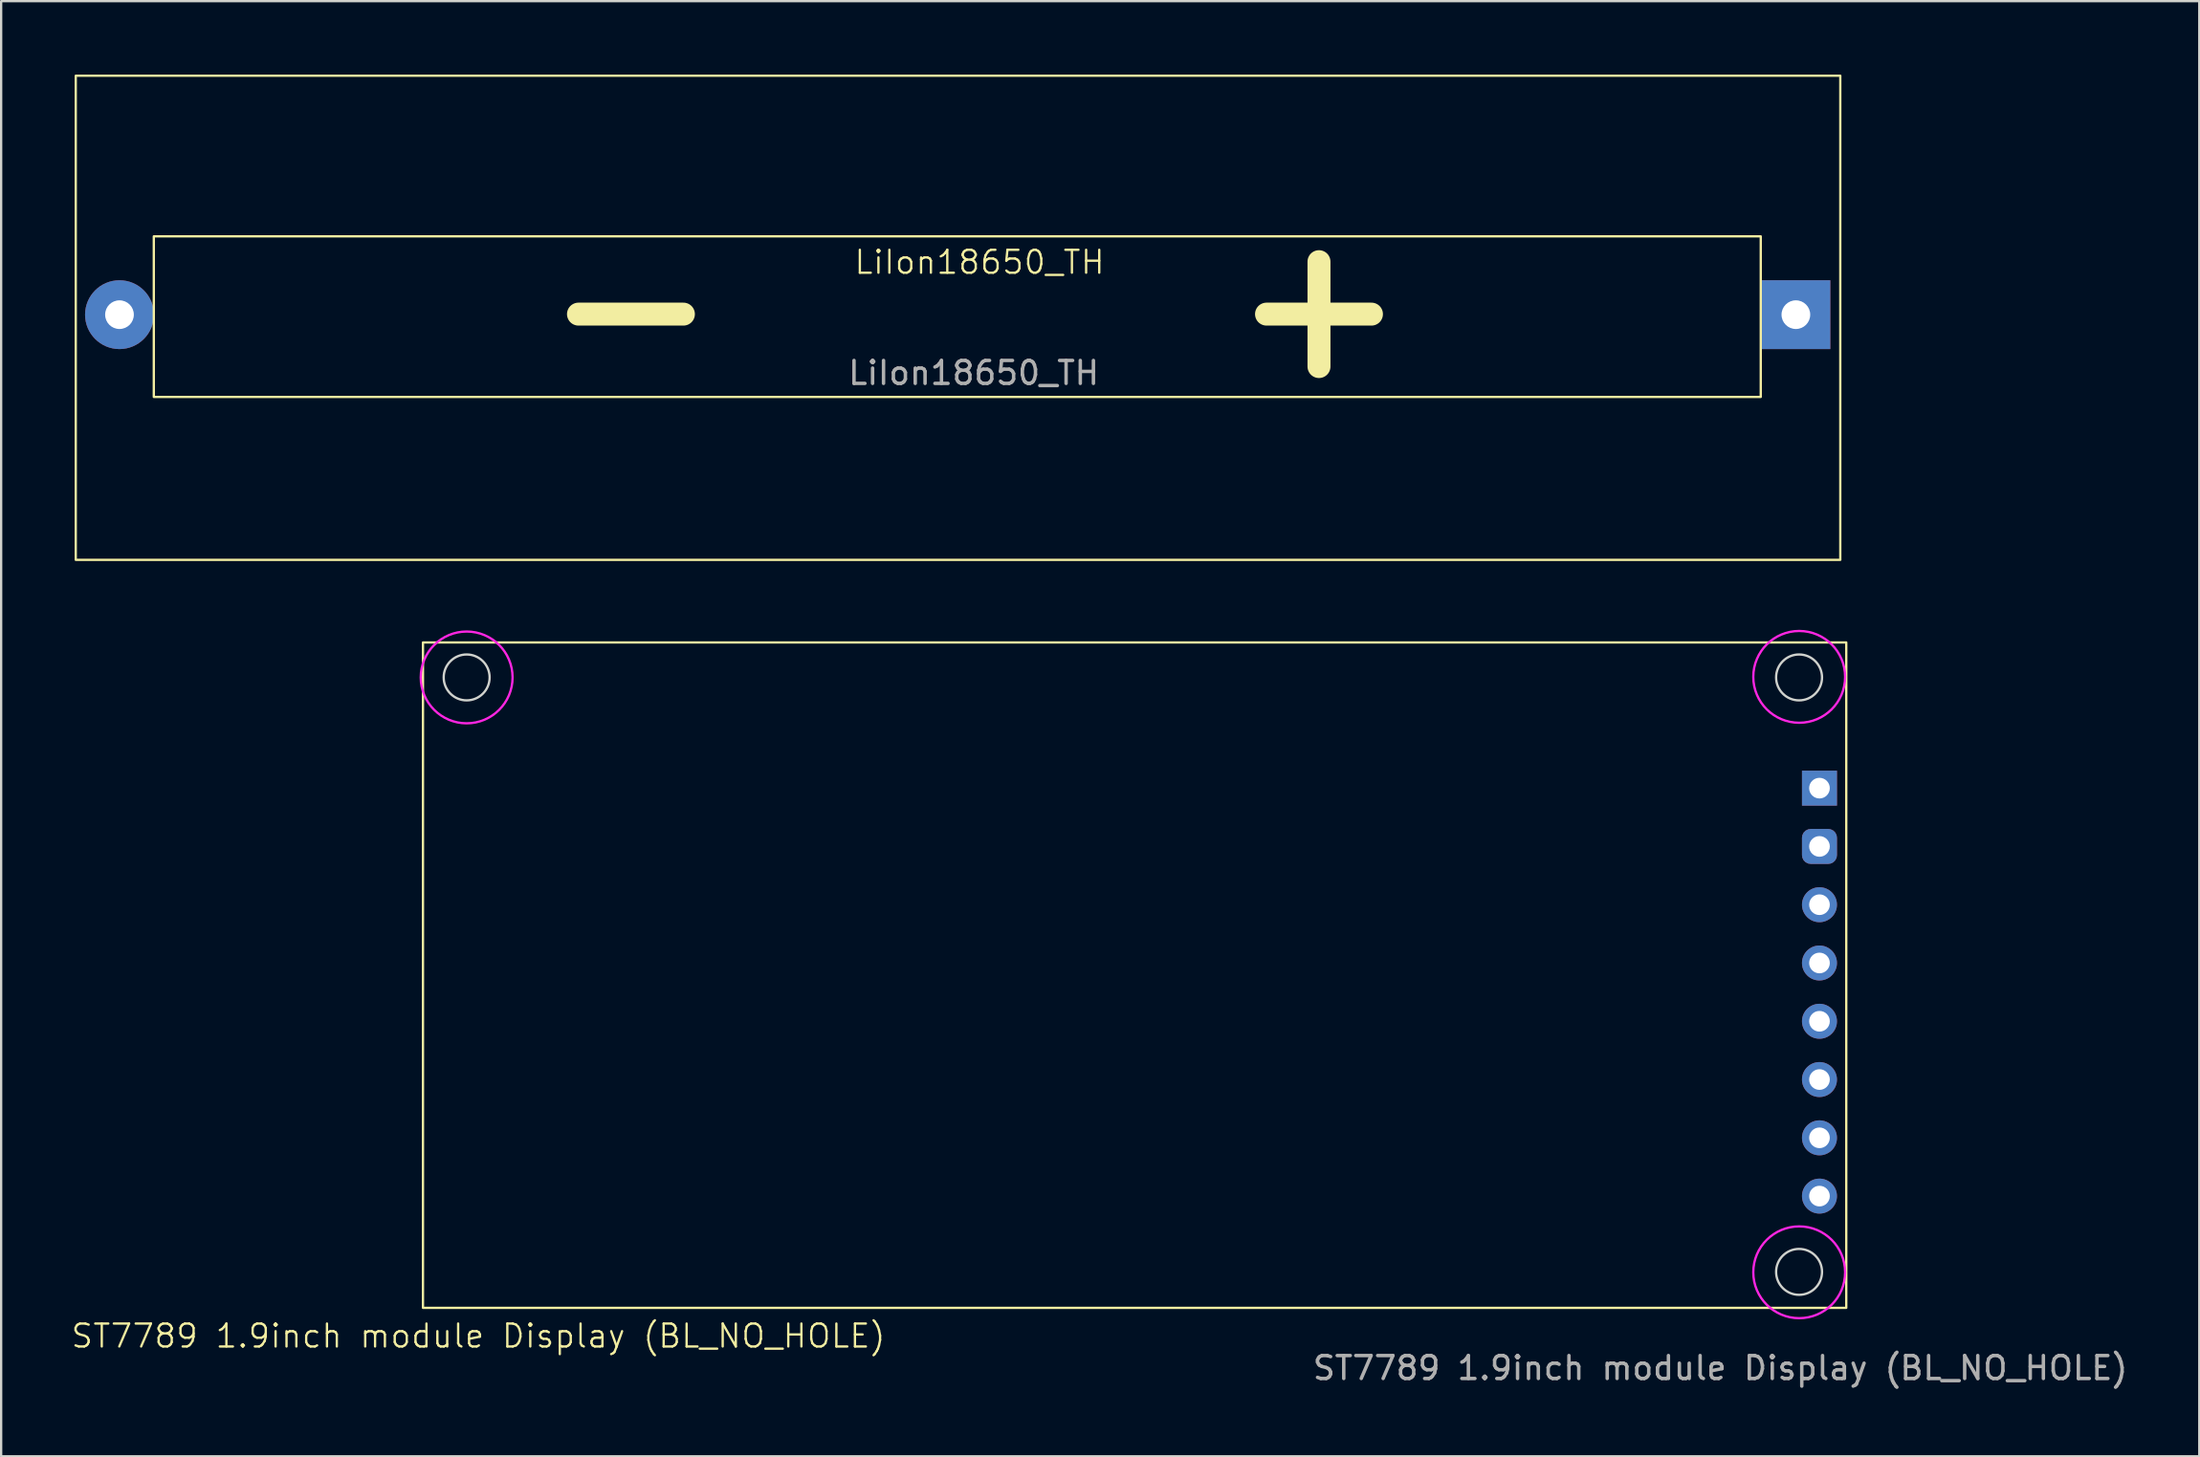
<source format=kicad_pcb>
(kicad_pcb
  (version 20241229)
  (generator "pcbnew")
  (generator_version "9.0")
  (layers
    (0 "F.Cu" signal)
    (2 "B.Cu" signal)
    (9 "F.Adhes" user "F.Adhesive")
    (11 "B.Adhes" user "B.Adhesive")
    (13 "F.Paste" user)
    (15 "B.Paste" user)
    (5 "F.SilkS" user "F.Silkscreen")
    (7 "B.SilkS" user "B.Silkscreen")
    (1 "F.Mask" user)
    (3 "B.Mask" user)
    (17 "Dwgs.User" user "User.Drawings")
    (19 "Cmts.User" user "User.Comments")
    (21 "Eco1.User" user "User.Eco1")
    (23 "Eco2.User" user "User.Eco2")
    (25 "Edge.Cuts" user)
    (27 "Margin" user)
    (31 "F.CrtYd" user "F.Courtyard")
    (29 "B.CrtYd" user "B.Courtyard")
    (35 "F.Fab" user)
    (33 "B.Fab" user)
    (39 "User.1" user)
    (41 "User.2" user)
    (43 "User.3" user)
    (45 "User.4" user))
  (footprint "LiIon18650_TH"
    (layer "F.Cu")
    (at 0.25 0.25)
    (property "Reference" "LiIon18650_TH" (at 39.37 8.128 0) (unlocked yes) (layer "F.SilkS") (effects (font (size 1 1) (thickness 0.1))))
    (attr smd)
    (fp_rect (start 0 0) (end 76.865 21.1) (stroke (width 0.1) (type default)) (fill no) (layer "F.SilkS"))
    (fp_rect (start 3.4 7) (end 73.4 14) (stroke (width 0.1) (type default)) (fill no) (layer "F.SilkS"))
    (fp_text user "-" (at 19.812 13.462 0) (unlocked yes) (layer "F.SilkS") (effects (font (size 6 6) (thickness 1) (bold yes)) (justify left bottom)))
    (fp_text user "+" (at 49.784 13.462 0) (unlocked yes) (layer "F.SilkS") (effects (font (size 6 6) (thickness 1) (bold yes)) (justify left bottom)))
    (fp_text user "${REFERENCE}" (at 39.116 12.954 0) (unlocked yes) (layer "F.Fab") (effects (font (size 1 1) (thickness 0.15))))
    (pad "1" thru_hole rect (at 74.93 10.414) (size 3 3) (drill 1.25) (layers "*.Cu" "*.Mask"))
    (pad "2" thru_hole circle (at 1.905 10.414) (size 3 3) (drill 1.25) (layers "*.Cu" "*.Mask")))
  (footprint "ST7789 1.9inch module Display (BL_NO_HOLE)"
    (layer "F.Cu")
    (at 15.375 24.95)
    (property "Reference" "ST7789 1.9inch module Display (BL_NO_HOLE)" (at 2.413 30.226 0) (unlocked yes) (layer "F.SilkS") (effects (font (size 1 1) (thickness 0.1))))
    (attr through_hole)
    (fp_rect (start 0 0) (end 62 29) (stroke (width 0.1) (type default)) (fill no) (layer "F.SilkS"))
    (fp_circle (center 1.903 1.524) (end 2.903 1.524) (stroke (width 0.1) (type default)) (fill no) (layer "Edge.Cuts"))
    (fp_circle (center 59.944 1.524) (end 60.944 1.524) (stroke (width 0.1) (type default)) (fill no) (layer "Edge.Cuts"))
    (fp_circle (center 59.944 27.432) (end 60.944 27.432) (stroke (width 0.1) (type default)) (fill no) (layer "Edge.Cuts"))
    (fp_circle (center 1.903 1.524) (end 3.903 1.524) (stroke (width 0.1) (type default)) (fill no) (layer "F.CrtYd"))
    (fp_circle (center 59.95 1.5) (end 61.95 1.5) (stroke (width 0.1) (type default)) (fill no) (layer "F.CrtYd"))
    (fp_circle (center 59.95 27.45) (end 61.95 27.45) (stroke (width 0.1) (type default)) (fill no) (layer "F.CrtYd"))
    (fp_text user "${REFERENCE}" (at 56.515 31.623 0) (unlocked yes) (layer "F.Fab") (effects (font (size 1 1) (thickness 0.15))))
    (pad "1" thru_hole rect (at 60.833 6.35) (size 1.524 1.524) (drill 0.9) (layers "*.Cu" "*.Mask"))
    (pad "2" thru_hole roundrect (at 60.833 8.89) (size 1.524 1.524) (drill 0.9) (layers "*.Cu" "*.Mask") (roundrect_rratio 0.25))
    (pad "3" thru_hole circle (at 60.833 11.43) (size 1.524 1.524) (drill 0.9) (layers "*.Cu" "*.Mask"))
    (pad "4" thru_hole circle (at 60.833 13.97) (size 1.524 1.524) (drill 0.9) (layers "*.Cu" "*.Mask"))
    (pad "5" thru_hole circle (at 60.833 16.51) (size 1.524 1.524) (drill 0.9) (layers "*.Cu" "*.Mask"))
    (pad "6" thru_hole circle (at 60.833 19.05) (size 1.524 1.524) (drill 0.9) (layers "*.Cu" "*.Mask"))
    (pad "7" thru_hole circle (at 60.833 21.59) (size 1.524 1.524) (drill 0.9) (layers "*.Cu" "*.Mask"))
    (pad "8" thru_hole circle (at 60.833 24.13) (size 1.524 1.524) (drill 0.9) (layers "*.Cu" "*.Mask")))
  (gr_rect
    (start -3 -3)
    (end 92.753 60.421)
    (stroke (width 0.1) (type default))
    (fill no)
    (layer "Edge.Cuts")))
</source>
